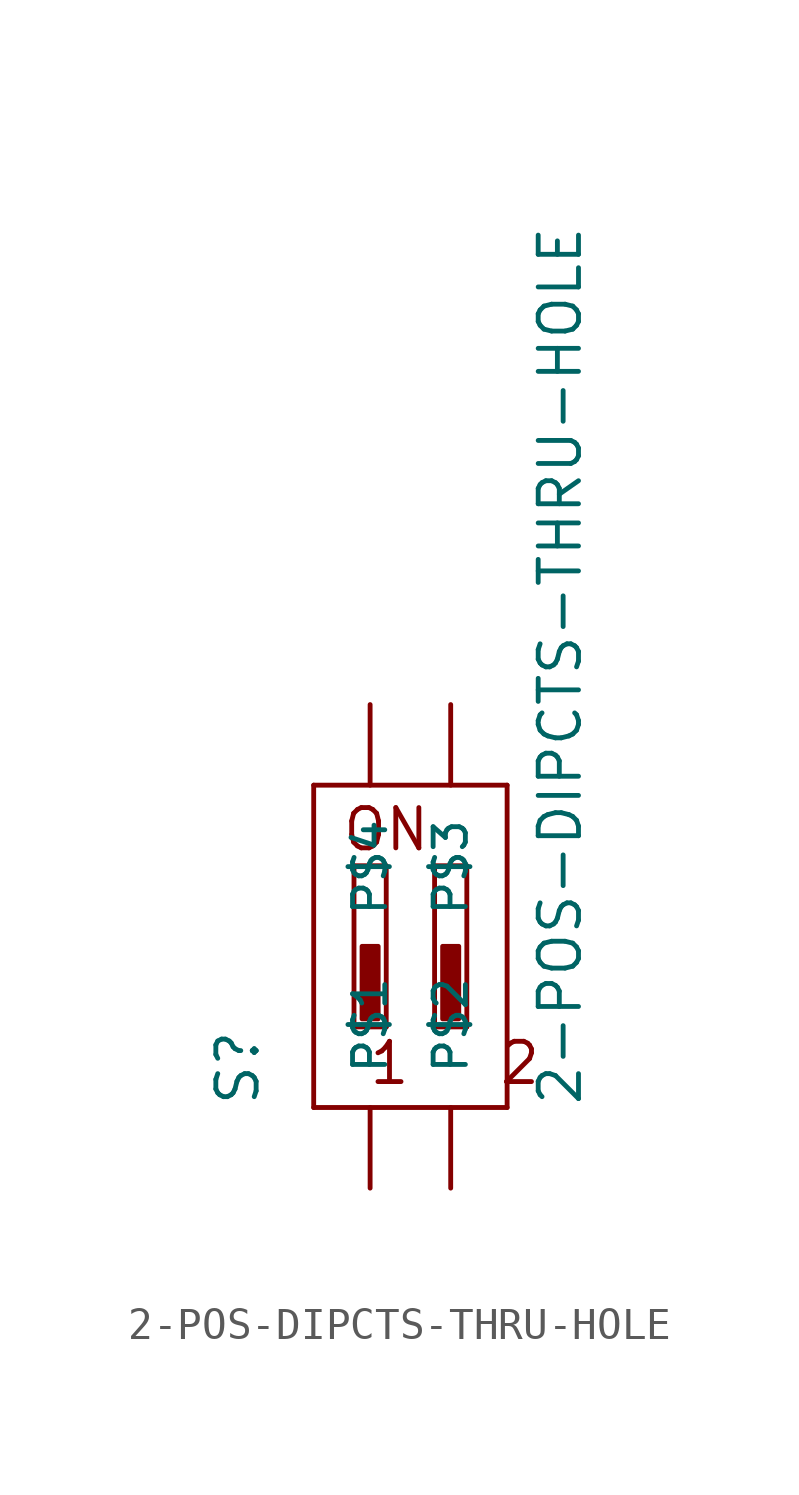
<source format=kicad_sym>
(kicad_symbol_lib
  (version 20220914)
  (generator kicad_symbol_editor)
  (symbol "2-POS-DIPCTS-THRU-HOLE"
    (pin_numbers hide)
    (pin_names
      (offset 1.016))
    (property "Reference" "S"
      (at -3.429 -5.08 90)
      (effects (font (size 1.27 1.27)) (justify left bottom)))
    (property "Value" "2-POS-DIPCTS-THRU-HOLE"
      (at 6.731 -5.08 90)
      (effects (font (size 1.27 1.27)) (justify left bottom)))
    (property "ki_locked" ""
      (at 0 0 0)
      (effects (font (size 1.27 1.27))))
    (symbol "2-POS-DIPCTS-THRU-HOLE_1_0"
      (polyline (pts (xy -1.778 -5.08) (xy -1.778 5.08)) (stroke (width 0) (type solid)) (fill (type none)))
      (polyline (pts (xy -1.778 5.08) (xy 4.318 5.08)) (stroke (width 0) (type solid)) (fill (type none)))
      (polyline (pts (xy -0.508 -2.54) (xy 0.508 -2.54)) (stroke (width 0) (type solid)) (fill (type none)))
      (polyline (pts (xy -0.508 2.54) (xy -0.508 -2.54)) (stroke (width 0) (type solid)) (fill (type none)))
      (polyline (pts (xy 0.508 -2.54) (xy 0.508 2.54)) (stroke (width 0) (type solid)) (fill (type none)))
      (polyline (pts (xy 0.508 2.54) (xy -0.508 2.54)) (stroke (width 0) (type solid)) (fill (type none)))
      (polyline (pts (xy 2.032 -2.54) (xy 3.048 -2.54)) (stroke (width 0) (type solid)) (fill (type none)))
      (polyline (pts (xy 2.032 2.54) (xy 2.032 -2.54)) (stroke (width 0) (type solid)) (fill (type none)))
      (polyline (pts (xy 3.048 -2.54) (xy 3.048 2.54)) (stroke (width 0) (type solid)) (fill (type none)))
      (polyline (pts (xy 3.048 2.54) (xy 2.032 2.54)) (stroke (width 0) (type solid)) (fill (type none)))
      (polyline (pts (xy 4.318 -5.08) (xy -1.778 -5.08)) (stroke (width 0) (type solid)) (fill (type none)))
      (polyline (pts (xy 4.318 5.08) (xy 4.318 -5.08)) (stroke (width 0) (type solid)) (fill (type none)))
      (text "1   2" (at 2.667 -3.683 0) (effects (font (size 1.27 1.27))))
      (text "ON" (at 0.508 3.683 0) (effects (font (size 1.27 1.27)))))
    (symbol "2-POS-DIPCTS-THRU-HOLE_1_1"
      (rectangle (start -0.254 -2.286) (end 0.254 0) (stroke (width 0) (type solid)) (fill (type outline)))
      (rectangle (start 2.286 -2.286) (end 2.794 0) (stroke (width 0) (type solid)) (fill (type outline)))
      (pin bidirectional line (at 0 -7.62 90) (length 2.54) (name "P$1" (effects (font (size 1.016 1.016)))) (number "1" (effects (font (size 1.016 1.016)))))
      (pin bidirectional line (at 2.54 -7.62 90) (length 2.54) (name "P$2" (effects (font (size 1.016 1.016)))) (number "2" (effects (font (size 1.016 1.016)))))
      (pin bidirectional line (at 2.54 7.62 270) (length 2.54) (name "P$3" (effects (font (size 1.016 1.016)))) (number "3" (effects (font (size 1.016 1.016)))))
      (pin bidirectional line (at 0 7.62 270) (length 2.54) (name "P$4" (effects (font (size 1.016 1.016)))) (number "4" (effects (font (size 1.016 1.016))))))))
</source>
